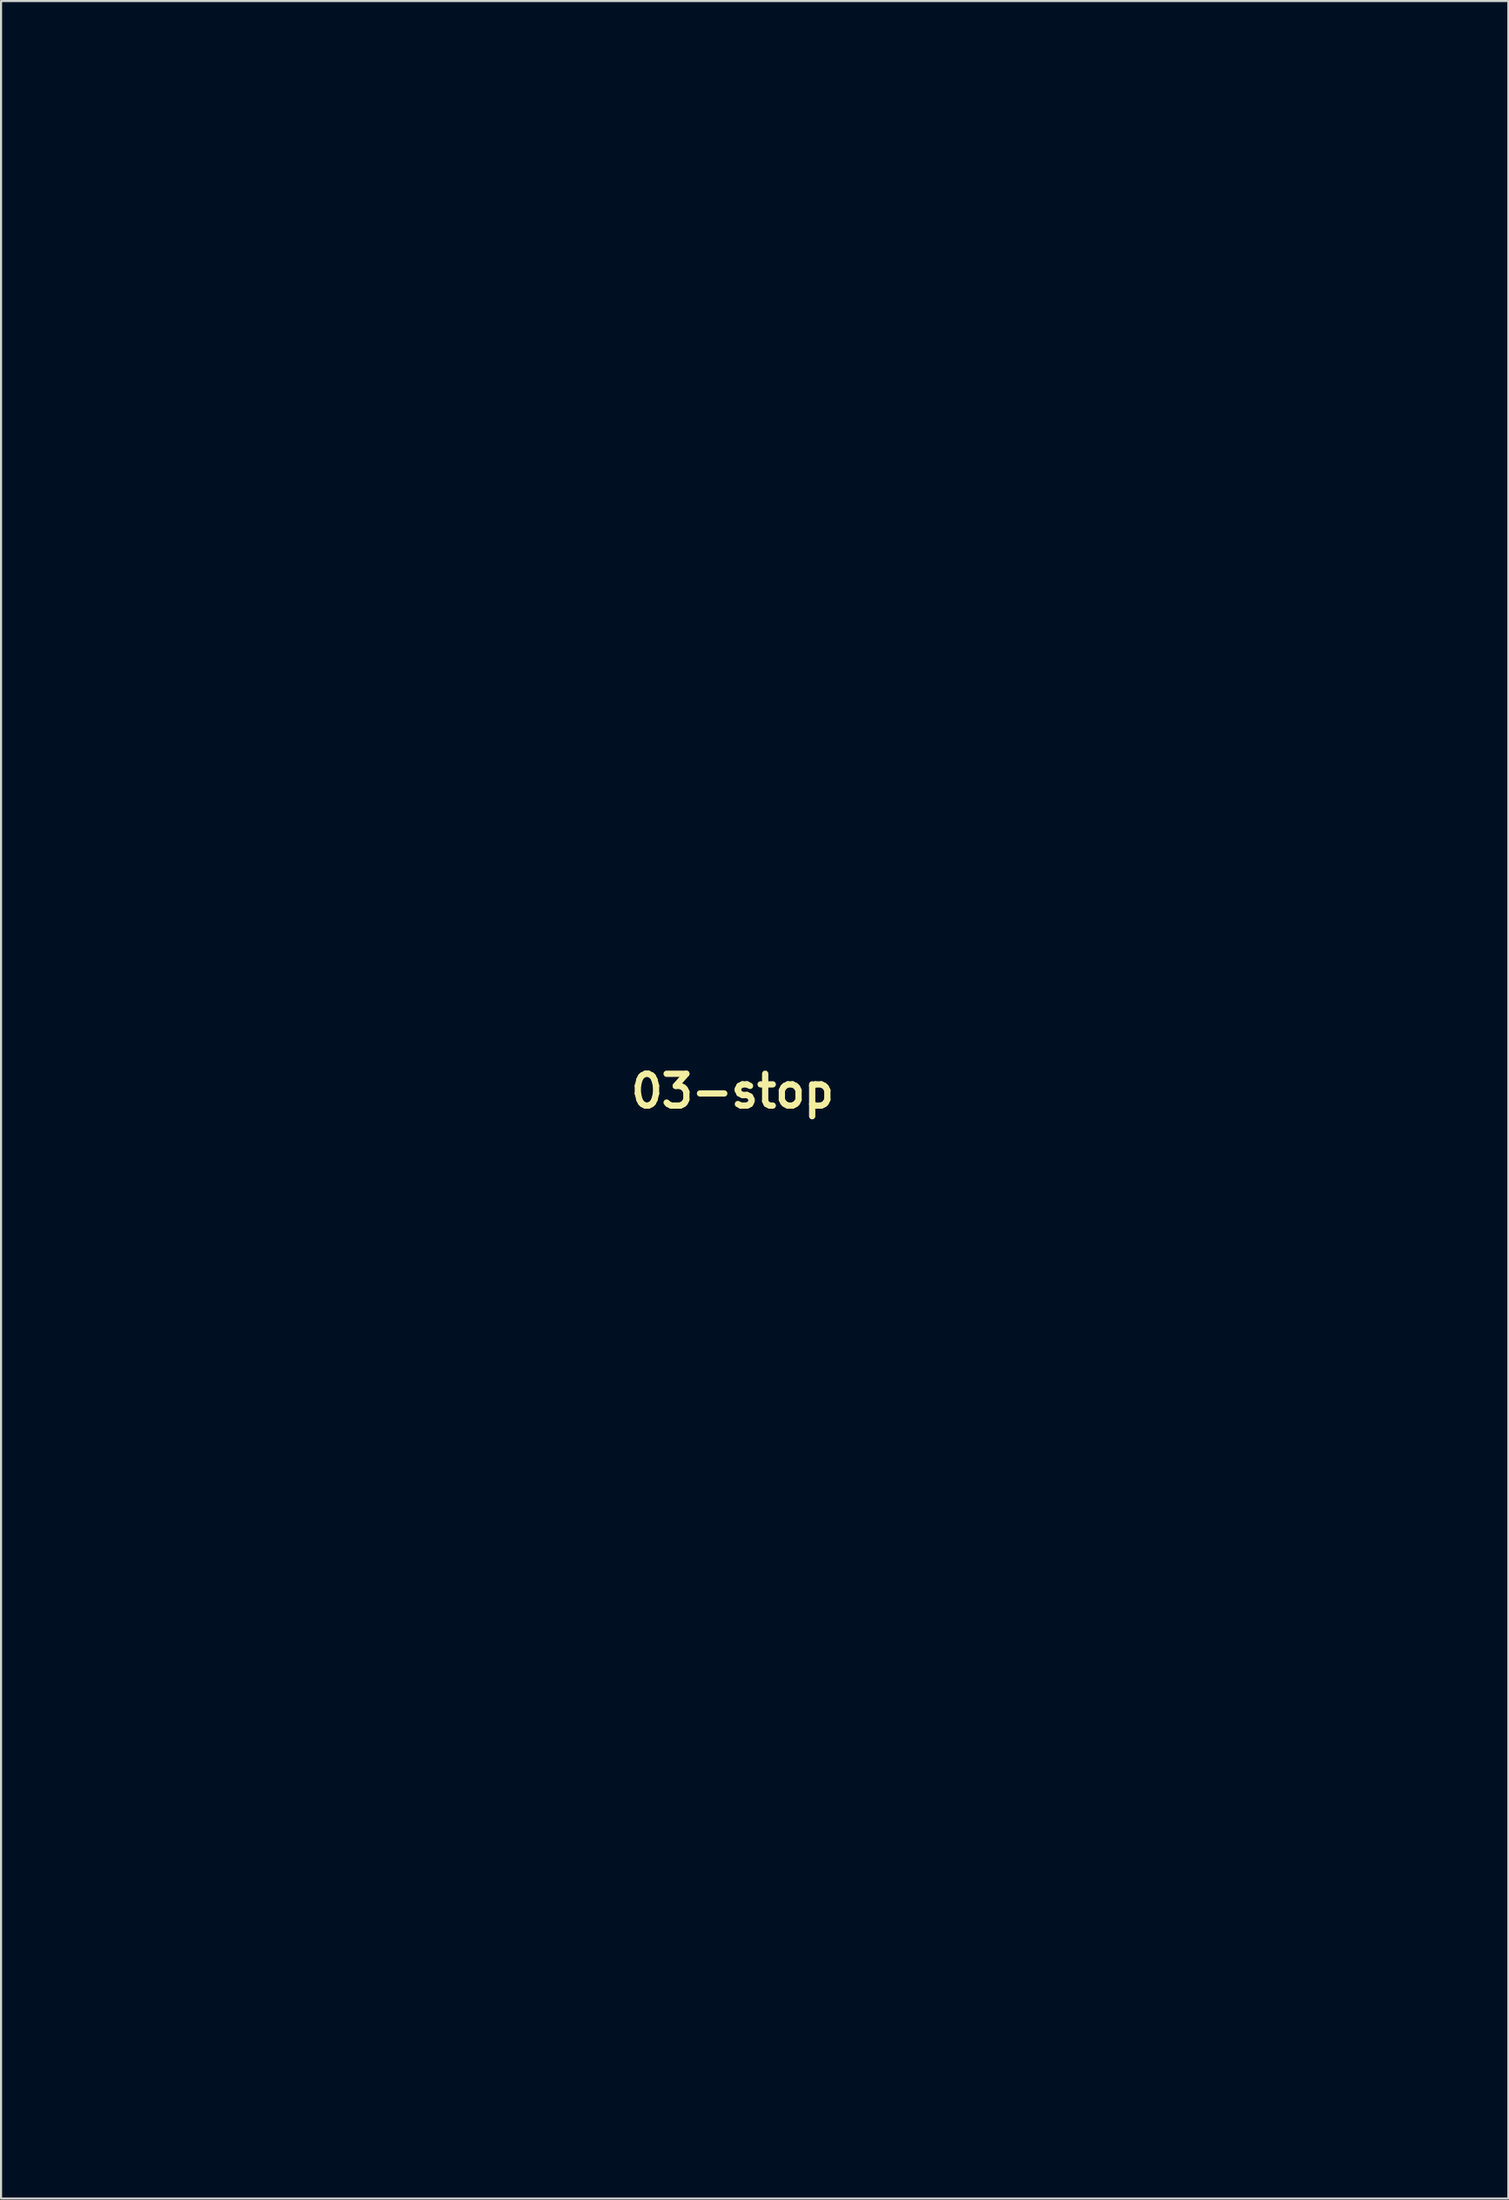
<source format=kicad_pcb>
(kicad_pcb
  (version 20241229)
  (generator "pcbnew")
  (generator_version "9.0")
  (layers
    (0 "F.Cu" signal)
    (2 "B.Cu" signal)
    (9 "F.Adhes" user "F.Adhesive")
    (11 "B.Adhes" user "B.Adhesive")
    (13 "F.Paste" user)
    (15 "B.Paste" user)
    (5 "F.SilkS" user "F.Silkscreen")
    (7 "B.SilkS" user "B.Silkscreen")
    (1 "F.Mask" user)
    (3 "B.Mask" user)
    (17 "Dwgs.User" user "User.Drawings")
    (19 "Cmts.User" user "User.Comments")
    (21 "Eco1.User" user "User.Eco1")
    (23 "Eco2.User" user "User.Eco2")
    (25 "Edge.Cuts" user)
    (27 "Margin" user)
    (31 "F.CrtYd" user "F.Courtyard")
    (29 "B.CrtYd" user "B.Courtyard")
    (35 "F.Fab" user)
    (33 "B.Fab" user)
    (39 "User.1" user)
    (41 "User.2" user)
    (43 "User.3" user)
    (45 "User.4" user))
  (footprint "03-stop"
    (layer "F.Cu")
    (at 32.02 49.186)
    (property "Reference" "03-stop" (at 0 0 0) (layer "F.SilkS") (effects (font (size 1.524 1.524) (thickness 0.3))))
    (attr through_hole)
    (fp_poly (pts (xy -31.75 39.555) (xy -31.882 39.688) (xy -32.015 39.555) (xy -31.882 39.423) (xy -31.75 39.555)) (stroke (width 0.01) (type solid)) (fill yes) (layer "F.Mask"))
    (fp_poly (pts (xy -30.692 43.259) (xy -30.824 43.392) (xy -30.956 43.259) (xy -30.824 43.127) (xy -30.692 43.259)) (stroke (width 0.01) (type solid)) (fill yes) (layer "F.Mask"))
    (fp_poly (pts (xy -29.898 37.968) (xy -30.03 38.1) (xy -30.163 37.968) (xy -30.03 37.835) (xy -29.898 37.968)) (stroke (width 0.01) (type solid)) (fill yes) (layer "F.Mask"))
    (fp_poly (pts (xy -26.988 42.995) (xy -27.12 43.127) (xy -27.252 42.995) (xy -27.12 42.862) (xy -26.988 42.995)) (stroke (width 0.01) (type solid)) (fill yes) (layer "F.Mask"))
    (fp_poly (pts (xy -23.283 42.73) (xy -23.416 42.862) (xy -23.548 42.73) (xy -23.416 42.598) (xy -23.283 42.73)) (stroke (width 0.01) (type solid)) (fill yes) (layer "F.Mask"))
    (fp_poly (pts (xy -21.431 24.474) (xy -21.564 24.606) (xy -21.696 24.474) (xy -21.564 24.342) (xy -21.431 24.474)) (stroke (width 0.01) (type solid)) (fill yes) (layer "F.Mask"))
    (fp_poly (pts (xy -20.373 29.766) (xy -20.505 29.898) (xy -20.638 29.766) (xy -20.505 29.633) (xy -20.373 29.766)) (stroke (width 0.01) (type solid)) (fill yes) (layer "F.Mask"))
    (fp_poly (pts (xy -17.727 9.128) (xy -17.859 9.26) (xy -17.992 9.128) (xy -17.859 8.996) (xy -17.727 9.128)) (stroke (width 0.01) (type solid)) (fill yes) (layer "F.Mask"))
    (fp_poly (pts (xy -17.462 -3.572) (xy -17.595 -3.44) (xy -17.727 -3.572) (xy -17.595 -3.704) (xy -17.462 -3.572)) (stroke (width 0.01) (type solid)) (fill yes) (layer "F.Mask"))
    (fp_poly (pts (xy -16.669 -1.984) (xy -16.801 -1.852) (xy -16.933 -1.984) (xy -16.801 -2.117) (xy -16.669 -1.984)) (stroke (width 0.01) (type solid)) (fill yes) (layer "F.Mask"))
    (fp_poly (pts (xy -14.817 -12.568) (xy -14.949 -12.435) (xy -15.081 -12.568) (xy -14.949 -12.7) (xy -14.817 -12.568)) (stroke (width 0.01) (type solid)) (fill yes) (layer "F.Mask"))
    (fp_poly (pts (xy -14.817 23.945) (xy -14.949 24.077) (xy -15.081 23.945) (xy -14.949 23.812) (xy -14.817 23.945)) (stroke (width 0.01) (type solid)) (fill yes) (layer "F.Mask"))
    (fp_poly (pts (xy -14.023 8.864) (xy -14.155 8.996) (xy -14.287 8.864) (xy -14.155 8.731) (xy -14.023 8.864)) (stroke (width 0.01) (type solid)) (fill yes) (layer "F.Mask"))
    (fp_poly (pts (xy -13.758 -2.249) (xy -13.891 -2.117) (xy -14.023 -2.249) (xy -13.891 -2.381) (xy -13.758 -2.249)) (stroke (width 0.01) (type solid)) (fill yes) (layer "F.Mask"))
    (fp_poly (pts (xy -13.229 1.455) (xy -13.361 1.587) (xy -13.494 1.455) (xy -13.361 1.323) (xy -13.229 1.455)) (stroke (width 0.01) (type solid)) (fill yes) (layer "F.Mask"))
    (fp_poly (pts (xy -12.435 41.936) (xy -12.568 42.069) (xy -12.7 41.936) (xy -12.568 41.804) (xy -12.435 41.936)) (stroke (width 0.01) (type solid)) (fill yes) (layer "F.Mask"))
    (fp_poly (pts (xy -11.642 -16.801) (xy -11.774 -16.669) (xy -11.906 -16.801) (xy -11.774 -16.933) (xy -11.642 -16.801)) (stroke (width 0.01) (type solid)) (fill yes) (layer "F.Mask"))
    (fp_poly (pts (xy -10.054 -18.918) (xy -10.186 -18.785) (xy -10.319 -18.918) (xy -10.186 -19.05) (xy -10.054 -18.918)) (stroke (width 0.01) (type solid)) (fill yes) (layer "F.Mask"))
    (fp_poly (pts (xy -9.79 -1.455) (xy -9.922 -1.323) (xy -10.054 -1.455) (xy -9.922 -1.587) (xy -9.79 -1.455)) (stroke (width 0.01) (type solid)) (fill yes) (layer "F.Mask"))
    (fp_poly (pts (xy -8.731 41.672) (xy -8.864 41.804) (xy -8.996 41.672) (xy -8.864 41.54) (xy -8.731 41.672)) (stroke (width 0.01) (type solid)) (fill yes) (layer "F.Mask"))
    (fp_poly (pts (xy -5.292 -26.326) (xy -5.424 -26.194) (xy -5.556 -26.326) (xy -5.424 -26.458) (xy -5.292 -26.326)) (stroke (width 0.01) (type solid)) (fill yes) (layer "F.Mask"))
    (fp_poly (pts (xy -5.027 -26.855) (xy -5.159 -26.723) (xy -5.292 -26.855) (xy -5.159 -26.988) (xy -5.027 -26.855)) (stroke (width 0.01) (type solid)) (fill yes) (layer "F.Mask"))
    (fp_poly (pts (xy 5.569 50.006) (xy -5.569 50.006) (xy -5.424 41.143) (xy 5.424 41.143) (xy 5.569 50.006)) (stroke (width 0.01) (type solid)) (fill yes) (layer "F.Mask"))
    (fp_poly (pts (xy 8.996 -20.77) (xy 8.864 -20.638) (xy 8.731 -20.77) (xy 8.864 -20.902) (xy 8.996 -20.77)) (stroke (width 0.01) (type solid)) (fill yes) (layer "F.Mask"))
    (fp_poly (pts (xy 9.26 41.672) (xy 9.128 41.804) (xy 8.996 41.672) (xy 9.128 41.54) (xy 9.26 41.672)) (stroke (width 0.01) (type solid)) (fill yes) (layer "F.Mask"))
    (fp_poly (pts (xy 9.79 -12.303) (xy 9.657 -12.171) (xy 9.525 -12.303) (xy 9.657 -12.435) (xy 9.79 -12.303)) (stroke (width 0.01) (type solid)) (fill yes) (layer "F.Mask"))
    (fp_poly (pts (xy 11.377 -17.595) (xy 11.245 -17.463) (xy 11.113 -17.595) (xy 11.245 -17.727) (xy 11.377 -17.595)) (stroke (width 0.01) (type solid)) (fill yes) (layer "F.Mask"))
    (fp_poly (pts (xy 11.377 -2.514) (xy 11.245 -2.381) (xy 11.113 -2.514) (xy 11.245 -2.646) (xy 11.377 -2.514)) (stroke (width 0.01) (type solid)) (fill yes) (layer "F.Mask"))
    (fp_poly (pts (xy 12.171 -9.657) (xy 12.039 -9.525) (xy 11.906 -9.657) (xy 12.039 -9.79) (xy 12.171 -9.657)) (stroke (width 0.01) (type solid)) (fill yes) (layer "F.Mask"))
    (fp_poly (pts (xy 12.965 -8.864) (xy 12.832 -8.731) (xy 12.7 -8.864) (xy 12.832 -8.996) (xy 12.965 -8.864)) (stroke (width 0.01) (type solid)) (fill yes) (layer "F.Mask"))
    (fp_poly (pts (xy 14.287 -2.249) (xy 14.155 -2.117) (xy 14.023 -2.249) (xy 14.155 -2.381) (xy 14.287 -2.249)) (stroke (width 0.01) (type solid)) (fill yes) (layer "F.Mask"))
    (fp_poly (pts (xy 14.552 8.864) (xy 14.42 8.996) (xy 14.287 8.864) (xy 14.42 8.731) (xy 14.552 8.864)) (stroke (width 0.01) (type solid)) (fill yes) (layer "F.Mask"))
    (fp_poly (pts (xy 14.552 11.774) (xy 14.42 11.906) (xy 14.287 11.774) (xy 14.42 11.642) (xy 14.552 11.774)) (stroke (width 0.01) (type solid)) (fill yes) (layer "F.Mask"))
    (fp_poly (pts (xy 15.081 -12.568) (xy 14.949 -12.435) (xy 14.817 -12.568) (xy 14.949 -12.7) (xy 15.081 -12.568)) (stroke (width 0.01) (type solid)) (fill yes) (layer "F.Mask"))
    (fp_poly (pts (xy 15.346 23.945) (xy 15.214 24.077) (xy 15.081 23.945) (xy 15.214 23.812) (xy 15.346 23.945)) (stroke (width 0.01) (type solid)) (fill yes) (layer "F.Mask"))
    (fp_poly (pts (xy 15.61 -5.953) (xy 15.478 -5.821) (xy 15.346 -5.953) (xy 15.478 -6.085) (xy 15.61 -5.953)) (stroke (width 0.01) (type solid)) (fill yes) (layer "F.Mask"))
    (fp_poly (pts (xy 17.198 -1.984) (xy 17.066 -1.852) (xy 16.933 -1.984) (xy 17.066 -2.117) (xy 17.198 -1.984)) (stroke (width 0.01) (type solid)) (fill yes) (layer "F.Mask"))
    (fp_poly (pts (xy 17.727 -3.572) (xy 17.595 -3.44) (xy 17.462 -3.572) (xy 17.595 -3.704) (xy 17.727 -3.572)) (stroke (width 0.01) (type solid)) (fill yes) (layer "F.Mask"))
    (fp_poly (pts (xy 18.256 9.128) (xy 18.124 9.26) (xy 17.992 9.128) (xy 18.124 8.996) (xy 18.256 9.128)) (stroke (width 0.01) (type solid)) (fill yes) (layer "F.Mask"))
    (fp_poly (pts (xy 18.521 24.209) (xy 18.389 24.342) (xy 18.256 24.209) (xy 18.389 24.077) (xy 18.521 24.209)) (stroke (width 0.01) (type solid)) (fill yes) (layer "F.Mask"))
    (fp_poly (pts (xy 20.637 7.541) (xy 20.505 7.673) (xy 20.373 7.541) (xy 20.505 7.408) (xy 20.637 7.541)) (stroke (width 0.01) (type solid)) (fill yes) (layer "F.Mask"))
    (fp_poly (pts (xy 20.637 17.595) (xy 20.505 17.727) (xy 20.373 17.595) (xy 20.505 17.462) (xy 20.637 17.595)) (stroke (width 0.01) (type solid)) (fill yes) (layer "F.Mask"))
    (fp_poly (pts (xy 21.96 24.474) (xy 21.828 24.606) (xy 21.696 24.474) (xy 21.828 24.342) (xy 21.96 24.474)) (stroke (width 0.01) (type solid)) (fill yes) (layer "F.Mask"))
    (fp_poly (pts (xy 23.812 42.73) (xy 23.68 42.862) (xy 23.548 42.73) (xy 23.68 42.598) (xy 23.812 42.73)) (stroke (width 0.01) (type solid)) (fill yes) (layer "F.Mask"))
    (fp_poly (pts (xy 24.871 21.564) (xy 24.739 21.696) (xy 24.606 21.564) (xy 24.739 21.431) (xy 24.871 21.564)) (stroke (width 0.01) (type solid)) (fill yes) (layer "F.Mask"))
    (fp_poly (pts (xy 25.135 24.739) (xy 25.003 24.871) (xy 24.871 24.739) (xy 25.003 24.606) (xy 25.135 24.739)) (stroke (width 0.01) (type solid)) (fill yes) (layer "F.Mask"))
    (fp_poly (pts (xy 27.517 42.995) (xy 27.384 43.127) (xy 27.252 42.995) (xy 27.384 42.862) (xy 27.517 42.995)) (stroke (width 0.01) (type solid)) (fill yes) (layer "F.Mask"))
    (fp_poly (pts (xy 31.221 43.259) (xy 31.089 43.392) (xy 30.956 43.259) (xy 31.089 43.127) (xy 31.221 43.259)) (stroke (width 0.01) (type solid)) (fill yes) (layer "F.Mask"))
    (fp_poly (pts (xy 32.015 39.555) (xy 31.882 39.688) (xy 31.75 39.555) (xy 31.882 39.423) (xy 32.015 39.555)) (stroke (width 0.01) (type solid)) (fill yes) (layer "F.Mask"))
    (fp_poly (pts (xy 34.131 41.407) (xy 33.999 41.54) (xy 33.867 41.407) (xy 33.999 41.275) (xy 34.131 41.407)) (stroke (width 0.01) (type solid)) (fill yes) (layer "F.Mask"))
    (fp_poly (pts (xy 3.344 -26.539) (xy 4.204 -25.978) (xy 4.8 -25.116) (xy 5.021 -24) (xy 5.021 -23.991) (xy 4.789 -22.827) (xy 4.177 -21.929) (xy 3.292 -21.355) (xy 2.24 -21.165) (xy 1.129 -21.417) (xy 0.748 -21.62) (xy -0.07 -22.403) (xy -0.494 -23.406) (xy -0.508 -24.484) (xy -0.098 -25.497) (xy 0.293 -25.955) (xy 1.277 -26.573) (xy 2.332 -26.752) (xy 3.344 -26.539)) (stroke (width 0.01) (type solid)) (fill yes) (layer "F.Mask"))
    (fp_poly (pts (xy 6.022 0.13) (xy 6.897 0.745) (xy 7.483 1.669) (xy 7.673 2.708) (xy 7.58 3.499) (xy 7.225 4.157) (xy 6.773 4.657) (xy 5.784 5.38) (xy 4.783 5.577) (xy 3.755 5.245) (xy 3.052 4.735) (xy 2.448 4.122) (xy 2.176 3.538) (xy 2.117 2.81) (xy 2.326 1.575) (xy 2.958 0.657) (xy 3.835 0.116) (xy 4.965 -0.105) (xy 6.022 0.13)) (stroke (width 0.01) (type solid)) (fill yes) (layer "F.Mask"))
    (fp_poly (pts (xy 7.74 -12.484) (xy 8.468 -11.946) (xy 9.216 -10.898) (xy 9.456 -9.815) (xy 9.197 -8.767) (xy 8.449 -7.827) (xy 7.857 -7.397) (xy 7.04 -6.986) (xy 6.374 -6.936) (xy 5.625 -7.247) (xy 5.389 -7.387) (xy 4.346 -8.245) (xy 3.788 -9.22) (xy 3.725 -10.252) (xy 4.167 -11.282) (xy 4.604 -11.8) (xy 5.623 -12.521) (xy 6.696 -12.75) (xy 7.74 -12.484)) (stroke (width 0.01) (type solid)) (fill yes) (layer "F.Mask"))
    (fp_poly (pts (xy -10.637 -12.997) (xy -9.756 -12.399) (xy -9.097 -11.579) (xy -8.888 -11.06) (xy -8.835 -9.93) (xy -9.192 -8.914) (xy -9.865 -8.102) (xy -10.763 -7.585) (xy -11.793 -7.452) (xy -12.435 -7.595) (xy -13.192 -8.073) (xy -13.898 -8.839) (xy -14.368 -9.678) (xy -14.44 -9.936) (xy -14.393 -10.998) (xy -13.921 -11.97) (xy -13.127 -12.733) (xy -12.113 -13.17) (xy -11.562 -13.229) (xy -10.637 -12.997)) (stroke (width 0.01) (type solid)) (fill yes) (layer "F.Mask"))
    (fp_poly (pts (xy 7.758 23.307) (xy 8.558 23.828) (xy 9.313 24.696) (xy 9.625 25.678) (xy 9.535 26.674) (xy 9.084 27.584) (xy 8.314 28.309) (xy 7.267 28.751) (xy 6.464 28.84) (xy 5.728 28.61) (xy 4.896 27.968) (xy 4.868 27.94) (xy 4.27 27.233) (xy 4.01 26.559) (xy 3.969 25.991) (xy 4.206 24.803) (xy 4.887 23.877) (xy 5.953 23.283) (xy 6.911 23.104) (xy 7.758 23.307)) (stroke (width 0.01) (type solid)) (fill yes) (layer "F.Mask"))
    (fp_poly (pts (xy -18.191 41.875) (xy -17.29 42.545) (xy -16.833 43.219) (xy -16.526 43.98) (xy -16.491 44.618) (xy -16.646 45.271) (xy -17.193 46.27) (xy -18.063 46.938) (xy -19.125 47.218) (xy -20.251 47.055) (xy -20.528 46.938) (xy -21.341 46.322) (xy -21.953 45.45) (xy -22.222 44.531) (xy -22.225 44.44) (xy -22.01 43.581) (xy -21.46 42.701) (xy -20.722 42.003) (xy -20.336 41.789) (xy -19.254 41.604) (xy -18.191 41.875)) (stroke (width 0.01) (type solid)) (fill yes) (layer "F.Mask"))
    (fp_poly (pts (xy -11.211 32.672) (xy -10.336 33.111) (xy -9.665 33.867) (xy -9.302 34.923) (xy -9.266 35.408) (xy -9.355 36.297) (xy -9.709 36.969) (xy -10.034 37.327) (xy -10.662 37.839) (xy -11.34 38.062) (xy -12.044 38.1) (xy -12.914 38.034) (xy -13.519 37.769) (xy -14.017 37.313) (xy -14.708 36.316) (xy -14.89 35.317) (xy -14.675 34.462) (xy -14.022 33.447) (xy -13.159 32.822) (xy -12.187 32.57) (xy -11.211 32.672)) (stroke (width 0.01) (type solid)) (fill yes) (layer "F.Mask"))
    (fp_poly (pts (xy -10.207 10.232) (xy -9.662 10.664) (xy -9.4 10.92) (xy -8.789 11.633) (xy -8.515 12.29) (xy -8.467 12.879) (xy -8.688 14.079) (xy -9.35 14.986) (xy -10.213 15.506) (xy -11.039 15.799) (xy -11.648 15.831) (xy -12.279 15.606) (xy -12.41 15.54) (xy -13.307 14.823) (xy -13.921 13.828) (xy -14.129 12.822) (xy -13.883 11.822) (xy -13.219 10.962) (xy -12.247 10.353) (xy -11.426 10.133) (xy -10.72 10.084) (xy -10.207 10.232)) (stroke (width 0.01) (type solid)) (fill yes) (layer "F.Mask"))
    (fp_poly (pts (xy 21.119 41.754) (xy 22.027 42.326) (xy 22.64 43.15) (xy 22.915 44.12) (xy 22.808 45.131) (xy 22.278 46.077) (xy 21.931 46.418) (xy 21.33 46.854) (xy 20.848 47.085) (xy 20.771 47.096) (xy 20.189 47.184) (xy 20.064 47.223) (xy 19.605 47.2) (xy 18.951 46.973) (xy 18.87 46.935) (xy 18.06 46.273) (xy 17.465 45.293) (xy 17.202 44.193) (xy 17.198 44.053) (xy 17.433 43.241) (xy 18.037 42.463) (xy 18.862 41.855) (xy 19.759 41.552) (xy 19.959 41.54) (xy 21.119 41.754)) (stroke (width 0.01) (type solid)) (fill yes) (layer "F.Mask"))
    (fp_poly (pts (xy 22.028 8.898) (xy 22.078 9.02) (xy 22.177 9.256) (xy 22.359 9.357) (xy 22.725 9.681) (xy 23.123 10.289) (xy 23.196 10.434) (xy 23.468 11.522) (xy 23.3 12.545) (xy 22.78 13.424) (xy 21.996 14.08) (xy 21.037 14.434) (xy 19.991 14.408) (xy 19.133 14.05) (xy 18.49 13.555) (xy 18.038 13.048) (xy 18.009 12.996) (xy 17.733 11.964) (xy 17.887 10.873) (xy 18.422 9.892) (xy 19.025 9.345) (xy 19.517 9.138) (xy 20.214 8.974) (xy 20.965 8.868) (xy 21.62 8.838) (xy 22.028 8.898)) (stroke (width 0.01) (type solid)) (fill yes) (layer "F.Mask"))
    (fp_poly (pts (xy 0.02 -49.18) (xy 0.192 -48.798) (xy 0.491 -48.033) (xy 0.872 -47.004) (xy 1.215 -46.044) (xy 1.627 -44.902) (xy 1.991 -43.944) (xy 2.265 -43.281) (xy 2.394 -43.034) (xy 2.718 -42.94) (xy 3.469 -42.839) (xy 4.544 -42.741) (xy 5.841 -42.657) (xy 6.247 -42.637) (xy 9.9 -42.466) (xy 7.53 -40.576) (xy 6.29 -39.596) (xy 5.405 -38.866) (xy 4.834 -38.283) (xy 4.537 -37.743) (xy 4.476 -37.142) (xy 4.611 -36.377) (xy 4.902 -35.345) (xy 5.176 -34.414) (xy 5.519 -33.183) (xy 5.787 -32.146) (xy 5.956 -31.404) (xy 6.001 -31.055) (xy 5.996 -31.043) (xy 5.742 -31.132) (xy 5.138 -31.461) (xy 4.275 -31.976) (xy 3.27 -32.609) (xy 2.214 -33.29) (xy 1.306 -33.873) (xy 0.646 -34.294) (xy 0.345 -34.483) (xy 0.007 -34.416) (xy -0.685 -34.075) (xy -1.659 -33.501) (xy -2.843 -32.733) (xy -2.918 -32.683) (xy -4.156 -31.849) (xy -5.023 -31.275) (xy -5.584 -30.924) (xy -5.904 -30.757) (xy -6.05 -30.735) (xy -6.085 -30.82) (xy -6.085 -30.828) (xy -6.02 -31.11) (xy -5.846 -31.787) (xy -5.593 -32.745) (xy -5.292 -33.87) (xy -4.974 -35.046) (xy -4.67 -36.159) (xy -4.41 -37.095) (xy -4.337 -37.352) (xy -4.43 -37.692) (xy -4.885 -38.206) (xy -5.738 -38.931) (xy -6.405 -39.444) (xy -7.701 -40.426) (xy -8.619 -41.146) (xy -9.207 -41.651) (xy -9.516 -41.989) (xy -9.595 -42.208) (xy -9.494 -42.356) (xy -9.462 -42.378) (xy -9.079 -42.461) (xy -8.283 -42.529) (xy -7.191 -42.576) (xy -5.919 -42.594) (xy -2.71 -42.598) (xy -2.431 -43.326) (xy -2.15 -44.122) (xy -1.966 -44.715) (xy -1.628 -45.792) (xy -1.234 -46.87) (xy -0.827 -47.848) (xy -0.453 -48.627) (xy -0.156 -49.105) (xy 0.019 -49.181) (xy 0.02 -49.18)) (stroke (width 0.01) (type solid)) (fill yes) (layer "F.Mask")))
  (gr_rect
    (start -3 -3)
    (end 69.156 102.197)
    (stroke (width 0.1) (type default))
    (fill no)
    (layer "Edge.Cuts")))
</source>
